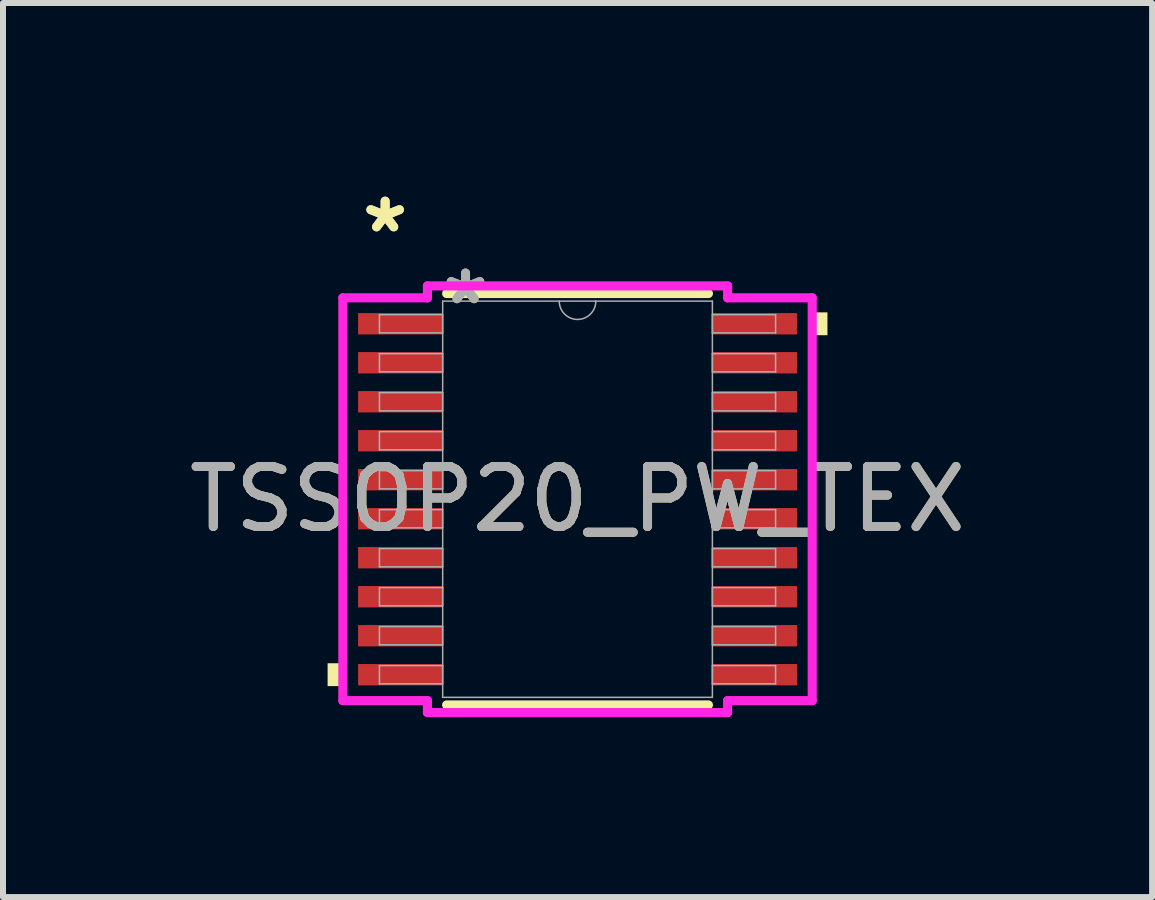
<source format=kicad_pcb>
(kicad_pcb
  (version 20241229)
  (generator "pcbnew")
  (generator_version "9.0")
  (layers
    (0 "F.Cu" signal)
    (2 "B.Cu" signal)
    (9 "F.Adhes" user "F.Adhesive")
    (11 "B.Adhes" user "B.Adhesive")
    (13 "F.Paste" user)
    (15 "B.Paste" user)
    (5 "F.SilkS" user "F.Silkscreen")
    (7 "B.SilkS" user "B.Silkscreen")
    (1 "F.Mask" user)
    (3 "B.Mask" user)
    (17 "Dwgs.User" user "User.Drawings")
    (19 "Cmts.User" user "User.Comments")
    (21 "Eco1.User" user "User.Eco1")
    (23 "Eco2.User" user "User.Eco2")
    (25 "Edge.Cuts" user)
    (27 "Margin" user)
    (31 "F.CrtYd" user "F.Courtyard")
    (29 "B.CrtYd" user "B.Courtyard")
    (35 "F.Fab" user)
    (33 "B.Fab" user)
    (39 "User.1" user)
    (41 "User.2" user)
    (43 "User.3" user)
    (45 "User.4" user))
  (footprint "TSSOP20_PW_TEX"
    (layer "F.Cu")
    (at 6.577 5.272)
    (property "Reference" "TSSOP20_PW_TEX" (at 0 0 0) (unlocked yes) (layer "F.SilkS") (effects (font (size 1 1) (thickness 0.15))))
    (attr smd)
    (fp_line (start -2.182 3.429) (end 2.182 3.429) (stroke (width 0.152) (type solid)) (layer "F.SilkS"))
    (fp_line (start 2.182 -3.429) (end -2.182 -3.429) (stroke (width 0.152) (type solid)) (layer "F.SilkS"))
    (fp_poly (pts (xy -4.166 2.734) (xy -4.166 3.115) (xy -3.912 3.115) (xy -3.912 2.734)) (stroke (width 0) (type solid)) (fill yes) (layer "F.SilkS"))
    (fp_poly (pts (xy 4.166 -3.115) (xy 4.166 -2.734) (xy 3.912 -2.734) (xy 3.912 -3.115)) (stroke (width 0) (type solid)) (fill yes) (layer "F.SilkS"))
    (fp_line (start -3.912 -3.357) (end -2.502 -3.357) (stroke (width 0.152) (type solid)) (layer "F.CrtYd"))
    (fp_line (start -3.912 3.357) (end -3.912 -3.357) (stroke (width 0.152) (type solid)) (layer "F.CrtYd"))
    (fp_line (start -3.912 3.357) (end -2.502 3.357) (stroke (width 0.152) (type solid)) (layer "F.CrtYd"))
    (fp_line (start -2.502 -3.556) (end 2.502 -3.556) (stroke (width 0.152) (type solid)) (layer "F.CrtYd"))
    (fp_line (start -2.502 -3.357) (end -2.502 -3.556) (stroke (width 0.152) (type solid)) (layer "F.CrtYd"))
    (fp_line (start -2.502 3.556) (end -2.502 3.357) (stroke (width 0.152) (type solid)) (layer "F.CrtYd"))
    (fp_line (start 2.502 -3.556) (end 2.502 -3.357) (stroke (width 0.152) (type solid)) (layer "F.CrtYd"))
    (fp_line (start 2.502 3.357) (end 2.502 3.556) (stroke (width 0.152) (type solid)) (layer "F.CrtYd"))
    (fp_line (start 2.502 3.556) (end -2.502 3.556) (stroke (width 0.152) (type solid)) (layer "F.CrtYd"))
    (fp_line (start 3.912 -3.357) (end 2.502 -3.357) (stroke (width 0.152) (type solid)) (layer "F.CrtYd"))
    (fp_line (start 3.912 -3.357) (end 3.912 3.357) (stroke (width 0.152) (type solid)) (layer "F.CrtYd"))
    (fp_line (start 3.912 3.357) (end 2.502 3.357) (stroke (width 0.152) (type solid)) (layer "F.CrtYd"))
    (fp_line (start -3.302 -3.077) (end -3.302 -2.773) (stroke (width 0.025) (type solid)) (layer "F.Fab"))
    (fp_line (start -3.302 -2.773) (end -2.248 -2.773) (stroke (width 0.025) (type solid)) (layer "F.Fab"))
    (fp_line (start -3.302 -2.427) (end -3.302 -2.123) (stroke (width 0.025) (type solid)) (layer "F.Fab"))
    (fp_line (start -3.302 -2.123) (end -2.248 -2.123) (stroke (width 0.025) (type solid)) (layer "F.Fab"))
    (fp_line (start -3.302 -1.777) (end -3.302 -1.473) (stroke (width 0.025) (type solid)) (layer "F.Fab"))
    (fp_line (start -3.302 -1.473) (end -2.248 -1.473) (stroke (width 0.025) (type solid)) (layer "F.Fab"))
    (fp_line (start -3.302 -1.127) (end -3.302 -0.823) (stroke (width 0.025) (type solid)) (layer "F.Fab"))
    (fp_line (start -3.302 -0.823) (end -2.248 -0.823) (stroke (width 0.025) (type solid)) (layer "F.Fab"))
    (fp_line (start -3.302 -0.477) (end -3.302 -0.173) (stroke (width 0.025) (type solid)) (layer "F.Fab"))
    (fp_line (start -3.302 -0.173) (end -2.248 -0.173) (stroke (width 0.025) (type solid)) (layer "F.Fab"))
    (fp_line (start -3.302 0.173) (end -3.302 0.477) (stroke (width 0.025) (type solid)) (layer "F.Fab"))
    (fp_line (start -3.302 0.477) (end -2.248 0.477) (stroke (width 0.025) (type solid)) (layer "F.Fab"))
    (fp_line (start -3.302 0.823) (end -3.302 1.127) (stroke (width 0.025) (type solid)) (layer "F.Fab"))
    (fp_line (start -3.302 1.127) (end -2.248 1.127) (stroke (width 0.025) (type solid)) (layer "F.Fab"))
    (fp_line (start -3.302 1.473) (end -3.302 1.777) (stroke (width 0.025) (type solid)) (layer "F.Fab"))
    (fp_line (start -3.302 1.777) (end -2.248 1.777) (stroke (width 0.025) (type solid)) (layer "F.Fab"))
    (fp_line (start -3.302 2.123) (end -3.302 2.427) (stroke (width 0.025) (type solid)) (layer "F.Fab"))
    (fp_line (start -3.302 2.427) (end -2.248 2.427) (stroke (width 0.025) (type solid)) (layer "F.Fab"))
    (fp_line (start -3.302 2.773) (end -3.302 3.077) (stroke (width 0.025) (type solid)) (layer "F.Fab"))
    (fp_line (start -3.302 3.077) (end -2.248 3.077) (stroke (width 0.025) (type solid)) (layer "F.Fab"))
    (fp_line (start -2.248 -3.302) (end -2.248 3.302) (stroke (width 0.025) (type solid)) (layer "F.Fab"))
    (fp_line (start -2.248 -3.077) (end -3.302 -3.077) (stroke (width 0.025) (type solid)) (layer "F.Fab"))
    (fp_line (start -2.248 -2.773) (end -2.248 -3.077) (stroke (width 0.025) (type solid)) (layer "F.Fab"))
    (fp_line (start -2.248 -2.427) (end -3.302 -2.427) (stroke (width 0.025) (type solid)) (layer "F.Fab"))
    (fp_line (start -2.248 -2.123) (end -2.248 -2.427) (stroke (width 0.025) (type solid)) (layer "F.Fab"))
    (fp_line (start -2.248 -1.777) (end -3.302 -1.777) (stroke (width 0.025) (type solid)) (layer "F.Fab"))
    (fp_line (start -2.248 -1.473) (end -2.248 -1.777) (stroke (width 0.025) (type solid)) (layer "F.Fab"))
    (fp_line (start -2.248 -1.127) (end -3.302 -1.127) (stroke (width 0.025) (type solid)) (layer "F.Fab"))
    (fp_line (start -2.248 -0.823) (end -2.248 -1.127) (stroke (width 0.025) (type solid)) (layer "F.Fab"))
    (fp_line (start -2.248 -0.477) (end -3.302 -0.477) (stroke (width 0.025) (type solid)) (layer "F.Fab"))
    (fp_line (start -2.248 -0.173) (end -2.248 -0.477) (stroke (width 0.025) (type solid)) (layer "F.Fab"))
    (fp_line (start -2.248 0.173) (end -3.302 0.173) (stroke (width 0.025) (type solid)) (layer "F.Fab"))
    (fp_line (start -2.248 0.477) (end -2.248 0.173) (stroke (width 0.025) (type solid)) (layer "F.Fab"))
    (fp_line (start -2.248 0.823) (end -3.302 0.823) (stroke (width 0.025) (type solid)) (layer "F.Fab"))
    (fp_line (start -2.248 1.127) (end -2.248 0.823) (stroke (width 0.025) (type solid)) (layer "F.Fab"))
    (fp_line (start -2.248 1.473) (end -3.302 1.473) (stroke (width 0.025) (type solid)) (layer "F.Fab"))
    (fp_line (start -2.248 1.777) (end -2.248 1.473) (stroke (width 0.025) (type solid)) (layer "F.Fab"))
    (fp_line (start -2.248 2.123) (end -3.302 2.123) (stroke (width 0.025) (type solid)) (layer "F.Fab"))
    (fp_line (start -2.248 2.427) (end -2.248 2.123) (stroke (width 0.025) (type solid)) (layer "F.Fab"))
    (fp_line (start -2.248 2.773) (end -3.302 2.773) (stroke (width 0.025) (type solid)) (layer "F.Fab"))
    (fp_line (start -2.248 3.077) (end -2.248 2.773) (stroke (width 0.025) (type solid)) (layer "F.Fab"))
    (fp_line (start -2.248 3.302) (end 2.248 3.302) (stroke (width 0.025) (type solid)) (layer "F.Fab"))
    (fp_line (start 2.248 -3.302) (end -2.248 -3.302) (stroke (width 0.025) (type solid)) (layer "F.Fab"))
    (fp_line (start 2.248 -3.077) (end 2.248 -2.773) (stroke (width 0.025) (type solid)) (layer "F.Fab"))
    (fp_line (start 2.248 -2.773) (end 3.302 -2.773) (stroke (width 0.025) (type solid)) (layer "F.Fab"))
    (fp_line (start 2.248 -2.427) (end 2.248 -2.123) (stroke (width 0.025) (type solid)) (layer "F.Fab"))
    (fp_line (start 2.248 -2.123) (end 3.302 -2.123) (stroke (width 0.025) (type solid)) (layer "F.Fab"))
    (fp_line (start 2.248 -1.777) (end 2.248 -1.473) (stroke (width 0.025) (type solid)) (layer "F.Fab"))
    (fp_line (start 2.248 -1.473) (end 3.302 -1.473) (stroke (width 0.025) (type solid)) (layer "F.Fab"))
    (fp_line (start 2.248 -1.127) (end 2.248 -0.823) (stroke (width 0.025) (type solid)) (layer "F.Fab"))
    (fp_line (start 2.248 -0.823) (end 3.302 -0.823) (stroke (width 0.025) (type solid)) (layer "F.Fab"))
    (fp_line (start 2.248 -0.477) (end 2.248 -0.173) (stroke (width 0.025) (type solid)) (layer "F.Fab"))
    (fp_line (start 2.248 -0.173) (end 3.302 -0.173) (stroke (width 0.025) (type solid)) (layer "F.Fab"))
    (fp_line (start 2.248 0.173) (end 2.248 0.477) (stroke (width 0.025) (type solid)) (layer "F.Fab"))
    (fp_line (start 2.248 0.477) (end 3.302 0.477) (stroke (width 0.025) (type solid)) (layer "F.Fab"))
    (fp_line (start 2.248 0.823) (end 2.248 1.127) (stroke (width 0.025) (type solid)) (layer "F.Fab"))
    (fp_line (start 2.248 1.127) (end 3.302 1.127) (stroke (width 0.025) (type solid)) (layer "F.Fab"))
    (fp_line (start 2.248 1.473) (end 2.248 1.777) (stroke (width 0.025) (type solid)) (layer "F.Fab"))
    (fp_line (start 2.248 1.777) (end 3.302 1.777) (stroke (width 0.025) (type solid)) (layer "F.Fab"))
    (fp_line (start 2.248 2.123) (end 2.248 2.427) (stroke (width 0.025) (type solid)) (layer "F.Fab"))
    (fp_line (start 2.248 2.427) (end 3.302 2.427) (stroke (width 0.025) (type solid)) (layer "F.Fab"))
    (fp_line (start 2.248 2.773) (end 2.248 3.077) (stroke (width 0.025) (type solid)) (layer "F.Fab"))
    (fp_line (start 2.248 3.077) (end 3.302 3.077) (stroke (width 0.025) (type solid)) (layer "F.Fab"))
    (fp_line (start 2.248 3.302) (end 2.248 -3.302) (stroke (width 0.025) (type solid)) (layer "F.Fab"))
    (fp_line (start 3.302 -3.077) (end 2.248 -3.077) (stroke (width 0.025) (type solid)) (layer "F.Fab"))
    (fp_line (start 3.302 -2.773) (end 3.302 -3.077) (stroke (width 0.025) (type solid)) (layer "F.Fab"))
    (fp_line (start 3.302 -2.427) (end 2.248 -2.427) (stroke (width 0.025) (type solid)) (layer "F.Fab"))
    (fp_line (start 3.302 -2.123) (end 3.302 -2.427) (stroke (width 0.025) (type solid)) (layer "F.Fab"))
    (fp_line (start 3.302 -1.777) (end 2.248 -1.777) (stroke (width 0.025) (type solid)) (layer "F.Fab"))
    (fp_line (start 3.302 -1.473) (end 3.302 -1.777) (stroke (width 0.025) (type solid)) (layer "F.Fab"))
    (fp_line (start 3.302 -1.127) (end 2.248 -1.127) (stroke (width 0.025) (type solid)) (layer "F.Fab"))
    (fp_line (start 3.302 -0.823) (end 3.302 -1.127) (stroke (width 0.025) (type solid)) (layer "F.Fab"))
    (fp_line (start 3.302 -0.477) (end 2.248 -0.477) (stroke (width 0.025) (type solid)) (layer "F.Fab"))
    (fp_line (start 3.302 -0.173) (end 3.302 -0.477) (stroke (width 0.025) (type solid)) (layer "F.Fab"))
    (fp_line (start 3.302 0.173) (end 2.248 0.173) (stroke (width 0.025) (type solid)) (layer "F.Fab"))
    (fp_line (start 3.302 0.477) (end 3.302 0.173) (stroke (width 0.025) (type solid)) (layer "F.Fab"))
    (fp_line (start 3.302 0.823) (end 2.248 0.823) (stroke (width 0.025) (type solid)) (layer "F.Fab"))
    (fp_line (start 3.302 1.127) (end 3.302 0.823) (stroke (width 0.025) (type solid)) (layer "F.Fab"))
    (fp_line (start 3.302 1.473) (end 2.248 1.473) (stroke (width 0.025) (type solid)) (layer "F.Fab"))
    (fp_line (start 3.302 1.777) (end 3.302 1.473) (stroke (width 0.025) (type solid)) (layer "F.Fab"))
    (fp_line (start 3.302 2.123) (end 2.248 2.123) (stroke (width 0.025) (type solid)) (layer "F.Fab"))
    (fp_line (start 3.302 2.427) (end 3.302 2.123) (stroke (width 0.025) (type solid)) (layer "F.Fab"))
    (fp_line (start 3.302 2.773) (end 2.248 2.773) (stroke (width 0.025) (type solid)) (layer "F.Fab"))
    (fp_line (start 3.302 3.077) (end 3.302 2.773) (stroke (width 0.025) (type solid)) (layer "F.Fab"))
    (fp_arc (start 0.3048 -3.302) (mid 0 -2.9972) (end -0.3048 -3.302) (stroke (width 0.0254) (type solid)) (layer "F.Fab"))
    (fp_text user "*" (at -3.207 -4.424 0) (layer "F.SilkS") (effects (font (size 1 1) (thickness 0.15))))
    (fp_text user "*" (at -3.207 -4.424 0) (unlocked yes) (layer "F.SilkS") (effects (font (size 1 1) (thickness 0.15))))
    (fp_text user "*" (at -1.867 -3.226 0) (layer "F.Fab") (effects (font (size 1 1) (thickness 0.15))))
    (fp_text user "*" (at -1.867 -3.226 0) (unlocked yes) (layer "F.Fab") (effects (font (size 1 1) (thickness 0.15))))
    (fp_text user "${REFERENCE}" (at 0 0 0) (unlocked yes) (layer "F.Fab") (effects (font (size 1 1) (thickness 0.15))))
    (pad "1" smd rect (at -2.953 -2.925) (size 1.41 0.356) (layers "F.Cu" "F.Mask" "F.Paste"))
    (pad "2" smd rect (at -2.953 -2.275) (size 1.41 0.356) (layers "F.Cu" "F.Mask" "F.Paste"))
    (pad "3" smd rect (at -2.953 -1.625) (size 1.41 0.356) (layers "F.Cu" "F.Mask" "F.Paste"))
    (pad "4" smd rect (at -2.953 -0.975) (size 1.41 0.356) (layers "F.Cu" "F.Mask" "F.Paste"))
    (pad "5" smd rect (at -2.953 -0.325) (size 1.41 0.356) (layers "F.Cu" "F.Mask" "F.Paste"))
    (pad "6" smd rect (at -2.953 0.325) (size 1.41 0.356) (layers "F.Cu" "F.Mask" "F.Paste"))
    (pad "7" smd rect (at -2.953 0.975) (size 1.41 0.356) (layers "F.Cu" "F.Mask" "F.Paste"))
    (pad "8" smd rect (at -2.953 1.625) (size 1.41 0.356) (layers "F.Cu" "F.Mask" "F.Paste"))
    (pad "9" smd rect (at -2.953 2.275) (size 1.41 0.356) (layers "F.Cu" "F.Mask" "F.Paste"))
    (pad "10" smd rect (at -2.953 2.925) (size 1.41 0.356) (layers "F.Cu" "F.Mask" "F.Paste"))
    (pad "11" smd rect (at 2.953 2.925) (size 1.41 0.356) (layers "F.Cu" "F.Mask" "F.Paste"))
    (pad "12" smd rect (at 2.953 2.275) (size 1.41 0.356) (layers "F.Cu" "F.Mask" "F.Paste"))
    (pad "13" smd rect (at 2.953 1.625) (size 1.41 0.356) (layers "F.Cu" "F.Mask" "F.Paste"))
    (pad "14" smd rect (at 2.953 0.975) (size 1.41 0.356) (layers "F.Cu" "F.Mask" "F.Paste"))
    (pad "15" smd rect (at 2.953 0.325) (size 1.41 0.356) (layers "F.Cu" "F.Mask" "F.Paste"))
    (pad "16" smd rect (at 2.953 -0.325) (size 1.41 0.356) (layers "F.Cu" "F.Mask" "F.Paste"))
    (pad "17" smd rect (at 2.953 -0.975) (size 1.41 0.356) (layers "F.Cu" "F.Mask" "F.Paste"))
    (pad "18" smd rect (at 2.953 -1.625) (size 1.41 0.356) (layers "F.Cu" "F.Mask" "F.Paste"))
    (pad "19" smd rect (at 2.953 -2.275) (size 1.41 0.356) (layers "F.Cu" "F.Mask" "F.Paste"))
    (pad "20" smd rect (at 2.953 -2.925) (size 1.41 0.356) (layers "F.Cu" "F.Mask" "F.Paste")))
  (gr_rect
    (start -3 -3)
    (end 16.155 11.904)
    (stroke (width 0.1) (type default))
    (fill no)
    (layer "Edge.Cuts")))
</source>
